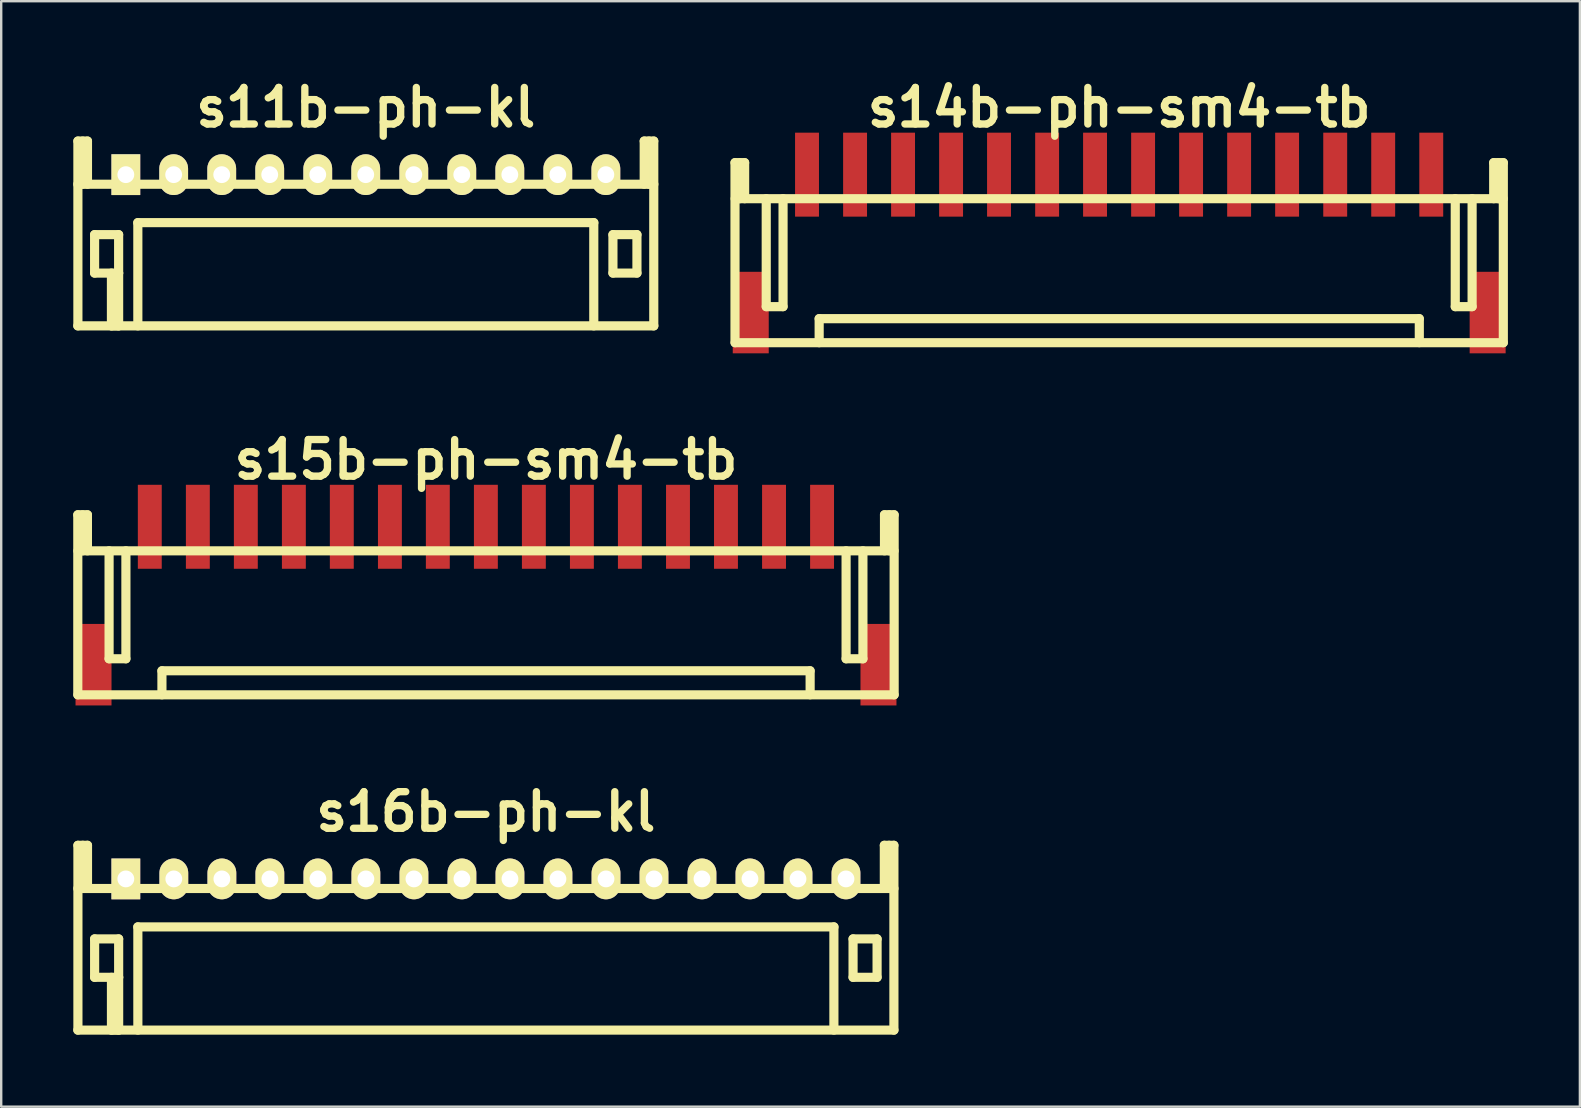
<source format=kicad_pcb>
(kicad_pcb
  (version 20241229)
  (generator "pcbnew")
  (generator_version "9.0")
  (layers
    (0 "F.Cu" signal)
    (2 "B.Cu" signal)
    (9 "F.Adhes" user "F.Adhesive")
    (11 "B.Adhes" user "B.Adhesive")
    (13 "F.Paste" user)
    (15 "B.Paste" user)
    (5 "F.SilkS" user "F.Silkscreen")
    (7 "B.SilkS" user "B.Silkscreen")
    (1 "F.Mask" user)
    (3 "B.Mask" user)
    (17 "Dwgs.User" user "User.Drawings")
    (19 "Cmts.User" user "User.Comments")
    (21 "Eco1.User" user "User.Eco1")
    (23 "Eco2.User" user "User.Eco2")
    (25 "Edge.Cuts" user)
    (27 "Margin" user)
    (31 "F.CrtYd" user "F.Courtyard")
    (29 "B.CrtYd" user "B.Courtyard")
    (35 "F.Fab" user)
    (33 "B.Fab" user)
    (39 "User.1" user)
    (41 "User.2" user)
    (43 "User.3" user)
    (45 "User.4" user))
  (footprint "s14b-ph-sm4-tb"
    (layer "F.Cu")
    (at 43.574 4.226)
    (property "Reference" "s14b-ph-sm4-tb" (at 0 -2.799 0) (layer "F.SilkS") (effects (font (size 1.524 1.524) (thickness 0.305))))
    (attr smd)
    (fp_line (start -16.005 7) (end -16.005 -0.5) (stroke (width 0.381) (type solid)) (layer "F.SilkS"))
    (fp_line (start -15.999 7) (end 15.999 7) (stroke (width 0.381) (type solid)) (layer "F.SilkS"))
    (fp_line (start -15.804 -0.5) (end -15.804 1.001) (stroke (width 0.381) (type solid)) (layer "F.SilkS"))
    (fp_line (start -15.603 -0.5) (end -16.005 -0.5) (stroke (width 0.381) (type solid)) (layer "F.SilkS"))
    (fp_line (start -15.603 1.001) (end -15.603 -0.5) (stroke (width 0.381) (type solid)) (layer "F.SilkS"))
    (fp_line (start -14.704 5.499) (end -14.704 1.001) (stroke (width 0.381) (type solid)) (layer "F.SilkS"))
    (fp_line (start -14.003 1.001) (end -14.003 5.499) (stroke (width 0.381) (type solid)) (layer "F.SilkS"))
    (fp_line (start -14.003 5.499) (end -14.704 5.499) (stroke (width 0.381) (type solid)) (layer "F.SilkS"))
    (fp_line (start -12.499 7) (end -12.499 5.999) (stroke (width 0.381) (type solid)) (layer "F.SilkS"))
    (fp_line (start 12.499 5.999) (end -12.499 5.999) (stroke (width 0.381) (type solid)) (layer "F.SilkS"))
    (fp_line (start 12.502 5.999) (end 12.502 6.998) (stroke (width 0.381) (type solid)) (layer "F.SilkS"))
    (fp_line (start 14 1.001) (end 14 5.499) (stroke (width 0.381) (type solid)) (layer "F.SilkS"))
    (fp_line (start 14 5.499) (end 14.702 5.499) (stroke (width 0.381) (type solid)) (layer "F.SilkS"))
    (fp_line (start 14.702 5.499) (end 14.702 1.001) (stroke (width 0.381) (type solid)) (layer "F.SilkS"))
    (fp_line (start 15.601 -0.5) (end 15.601 1.001) (stroke (width 0.381) (type solid)) (layer "F.SilkS"))
    (fp_line (start 15.801 1.001) (end 15.801 -0.5) (stroke (width 0.381) (type solid)) (layer "F.SilkS"))
    (fp_line (start 15.999 1.001) (end -15.999 1.001) (stroke (width 0.381) (type solid)) (layer "F.SilkS"))
    (fp_line (start 16.002 -0.5) (end 15.601 -0.5) (stroke (width 0.381) (type solid)) (layer "F.SilkS"))
    (fp_line (start 16.002 -0.5) (end 16.002 7) (stroke (width 0.381) (type solid)) (layer "F.SilkS"))
    (pad "" smd rect (at -15.349 5.745) (size 1.499 3.396) (layers "F.Cu" "F.Mask" "F.Paste"))
    (pad "" smd rect (at 15.349 5.745) (size 1.499 3.396) (layers "F.Cu" "F.Mask" "F.Paste"))
    (pad "1" smd rect (at -13.005 0) (size 0.996 3.498) (layers "F.Cu" "F.Mask" "F.Paste"))
    (pad "2" smd rect (at -11.003 0) (size 0.996 3.498) (layers "F.Cu" "F.Mask" "F.Paste"))
    (pad "3" smd rect (at -9.004 0) (size 0.996 3.498) (layers "F.Cu" "F.Mask" "F.Paste"))
    (pad "4" smd rect (at -7.003 0) (size 0.996 3.498) (layers "F.Cu" "F.Mask" "F.Paste"))
    (pad "5" smd rect (at -5.006 0) (size 0.996 3.498) (layers "F.Cu" "F.Mask" "F.Paste"))
    (pad "6" smd rect (at -3.002 0) (size 0.996 3.498) (layers "F.Cu" "F.Mask" "F.Paste"))
    (pad "7" smd rect (at -1.006 0) (size 0.996 3.498) (layers "F.Cu" "F.Mask" "F.Paste"))
    (pad "8" smd rect (at 0.996 0) (size 0.996 3.498) (layers "F.Cu" "F.Mask" "F.Paste"))
    (pad "9" smd rect (at 2.995 0) (size 0.996 3.498) (layers "F.Cu" "F.Mask" "F.Paste"))
    (pad "10" smd rect (at 4.996 0) (size 0.996 3.498) (layers "F.Cu" "F.Mask" "F.Paste"))
    (pad "11" smd rect (at 6.995 0) (size 0.996 3.498) (layers "F.Cu" "F.Mask" "F.Paste"))
    (pad "12" smd rect (at 8.999 0) (size 0.996 3.498) (layers "F.Cu" "F.Mask" "F.Paste"))
    (pad "13" smd rect (at 10.998 0) (size 0.996 3.498) (layers "F.Cu" "F.Mask" "F.Paste"))
    (pad "14" smd rect (at 13 0) (size 0.996 3.498) (layers "F.Cu" "F.Mask" "F.Paste")))
  (footprint "s15b-ph-sm4-tb"
    (layer "F.Cu")
    (at 17.196 18.895)
    (property "Reference" "s15b-ph-sm4-tb" (at 0 -2.799 0) (layer "F.SilkS") (effects (font (size 1.524 1.524) (thickness 0.305))))
    (attr smd)
    (fp_line (start -17.005 7) (end -17.005 -0.5) (stroke (width 0.381) (type solid)) (layer "F.SilkS"))
    (fp_line (start -17 7) (end 17 7) (stroke (width 0.381) (type solid)) (layer "F.SilkS"))
    (fp_line (start -16.805 -0.5) (end -16.805 1.001) (stroke (width 0.381) (type solid)) (layer "F.SilkS"))
    (fp_line (start -16.604 -0.5) (end -17.005 -0.5) (stroke (width 0.381) (type solid)) (layer "F.SilkS"))
    (fp_line (start -16.604 1.001) (end -16.604 -0.5) (stroke (width 0.381) (type solid)) (layer "F.SilkS"))
    (fp_line (start -15.702 5.499) (end -15.702 1.001) (stroke (width 0.381) (type solid)) (layer "F.SilkS"))
    (fp_line (start -15.001 1.001) (end -15.001 5.499) (stroke (width 0.381) (type solid)) (layer "F.SilkS"))
    (fp_line (start -15.001 5.499) (end -15.702 5.499) (stroke (width 0.381) (type solid)) (layer "F.SilkS"))
    (fp_line (start -13.5 7) (end -13.5 5.999) (stroke (width 0.381) (type solid)) (layer "F.SilkS"))
    (fp_line (start 13.5 5.999) (end -13.5 5.999) (stroke (width 0.381) (type solid)) (layer "F.SilkS"))
    (fp_line (start 13.503 5.999) (end 13.503 6.998) (stroke (width 0.381) (type solid)) (layer "F.SilkS"))
    (fp_line (start 15.001 1.001) (end 15.001 5.499) (stroke (width 0.381) (type solid)) (layer "F.SilkS"))
    (fp_line (start 15.001 5.499) (end 15.702 5.499) (stroke (width 0.381) (type solid)) (layer "F.SilkS"))
    (fp_line (start 15.702 5.499) (end 15.702 1.001) (stroke (width 0.381) (type solid)) (layer "F.SilkS"))
    (fp_line (start 16.601 -0.5) (end 16.601 1.001) (stroke (width 0.381) (type solid)) (layer "F.SilkS"))
    (fp_line (start 16.802 1.001) (end 16.802 -0.5) (stroke (width 0.381) (type solid)) (layer "F.SilkS"))
    (fp_line (start 17 1.001) (end -17 1.001) (stroke (width 0.381) (type solid)) (layer "F.SilkS"))
    (fp_line (start 17.003 -0.5) (end 16.601 -0.5) (stroke (width 0.381) (type solid)) (layer "F.SilkS"))
    (fp_line (start 17.003 -0.5) (end 17.003 7) (stroke (width 0.381) (type solid)) (layer "F.SilkS"))
    (pad "" smd rect (at -16.35 5.745) (size 1.499 3.396) (layers "F.Cu" "F.Mask" "F.Paste"))
    (pad "" smd rect (at 16.35 5.745) (size 1.499 3.396) (layers "F.Cu" "F.Mask" "F.Paste"))
    (pad "1" smd rect (at -14.006 0) (size 0.996 3.498) (layers "F.Cu" "F.Mask" "F.Paste"))
    (pad "2" smd rect (at -12.004 0) (size 0.996 3.498) (layers "F.Cu" "F.Mask" "F.Paste"))
    (pad "3" smd rect (at -10.005 0) (size 0.996 3.498) (layers "F.Cu" "F.Mask" "F.Paste"))
    (pad "4" smd rect (at -8.004 0) (size 0.996 3.498) (layers "F.Cu" "F.Mask" "F.Paste"))
    (pad "5" smd rect (at -6.007 0) (size 0.996 3.498) (layers "F.Cu" "F.Mask" "F.Paste"))
    (pad "6" smd rect (at -4.003 0) (size 0.996 3.498) (layers "F.Cu" "F.Mask" "F.Paste"))
    (pad "7" smd rect (at -2.007 0) (size 0.996 3.498) (layers "F.Cu" "F.Mask" "F.Paste"))
    (pad "8" smd rect (at -0.005 0) (size 0.996 3.498) (layers "F.Cu" "F.Mask" "F.Paste"))
    (pad "9" smd rect (at 1.994 0) (size 0.996 3.498) (layers "F.Cu" "F.Mask" "F.Paste"))
    (pad "10" smd rect (at 3.995 0) (size 0.996 3.498) (layers "F.Cu" "F.Mask" "F.Paste"))
    (pad "11" smd rect (at 5.994 0) (size 0.996 3.498) (layers "F.Cu" "F.Mask" "F.Paste"))
    (pad "12" smd rect (at 7.998 0) (size 0.996 3.498) (layers "F.Cu" "F.Mask" "F.Paste"))
    (pad "13" smd rect (at 9.997 0) (size 0.996 3.498) (layers "F.Cu" "F.Mask" "F.Paste"))
    (pad "14" smd rect (at 11.999 0) (size 0.996 3.498) (layers "F.Cu" "F.Mask" "F.Paste"))
    (pad "15" smd rect (at 14 0) (size 0.996 3.498) (layers "F.Cu" "F.Mask" "F.Paste")))
  (footprint "s16b-ph-kl"
    (layer "F.Cu")
    (at 17.191 33.564)
    (property "Reference" "s16b-ph-kl" (at 0 -2.799 0) (layer "F.SilkS") (effects (font (size 1.524 1.524) (thickness 0.305))))
    (attr through_hole)
    (fp_line (start -16.995 -1.4) (end -16.995 6.299) (stroke (width 0.381) (type solid)) (layer "F.SilkS"))
    (fp_line (start -16.794 -1.4) (end -16.794 0.399) (stroke (width 0.381) (type solid)) (layer "F.SilkS"))
    (fp_line (start -16.596 -1.4) (end -16.995 -1.4) (stroke (width 0.381) (type solid)) (layer "F.SilkS"))
    (fp_line (start -16.596 0.399) (end -16.596 -1.4) (stroke (width 0.381) (type solid)) (layer "F.SilkS"))
    (fp_line (start -16.299 2.499) (end -15.298 2.499) (stroke (width 0.381) (type solid)) (layer "F.SilkS"))
    (fp_line (start -16.299 4.1) (end -16.299 2.499) (stroke (width 0.381) (type solid)) (layer "F.SilkS"))
    (fp_line (start -15.598 6.299) (end -15.598 4.1) (stroke (width 0.381) (type solid)) (layer "F.SilkS"))
    (fp_line (start -15.298 2.499) (end -15.298 4.1) (stroke (width 0.381) (type solid)) (layer "F.SilkS"))
    (fp_line (start -15.298 4.1) (end -16.299 4.1) (stroke (width 0.381) (type solid)) (layer "F.SilkS"))
    (fp_line (start -15.298 4.1) (end -15.298 6.299) (stroke (width 0.381) (type solid)) (layer "F.SilkS"))
    (fp_line (start -15.298 6.299) (end -15.598 6.299) (stroke (width 0.381) (type solid)) (layer "F.SilkS"))
    (fp_line (start -14.501 1.999) (end 14.501 1.999) (stroke (width 0.381) (type solid)) (layer "F.SilkS"))
    (fp_line (start -14.498 1.999) (end -14.498 6.299) (stroke (width 0.381) (type solid)) (layer "F.SilkS"))
    (fp_line (start 14.498 1.999) (end 14.498 6.299) (stroke (width 0.381) (type solid)) (layer "F.SilkS"))
    (fp_line (start 15.296 2.499) (end 16.297 2.499) (stroke (width 0.381) (type solid)) (layer "F.SilkS"))
    (fp_line (start 15.296 4.1) (end 15.296 2.499) (stroke (width 0.381) (type solid)) (layer "F.SilkS"))
    (fp_line (start 16.297 2.499) (end 16.297 4.1) (stroke (width 0.381) (type solid)) (layer "F.SilkS"))
    (fp_line (start 16.297 4.1) (end 15.296 4.1) (stroke (width 0.381) (type solid)) (layer "F.SilkS"))
    (fp_line (start 16.599 -1.4) (end 16.599 0.399) (stroke (width 0.381) (type solid)) (layer "F.SilkS"))
    (fp_line (start 16.797 -1.4) (end 16.797 0.399) (stroke (width 0.381) (type solid)) (layer "F.SilkS"))
    (fp_line (start 16.998 -1.4) (end 16.599 -1.4) (stroke (width 0.381) (type solid)) (layer "F.SilkS"))
    (fp_line (start 16.998 6.299) (end 16.998 -1.4) (stroke (width 0.381) (type solid)) (layer "F.SilkS"))
    (fp_line (start 17 0.399) (end -17 0.399) (stroke (width 0.381) (type solid)) (layer "F.SilkS"))
    (fp_line (start 17 6.299) (end -17 6.299) (stroke (width 0.381) (type solid)) (layer "F.SilkS"))
    (pad "1" thru_hole rect (at -14.999 0) (size 1.199 1.699) (drill 0.701) (layers "*.Cu" "*.Mask" "F.SilkS"))
    (pad "2" thru_hole oval (at -13 0) (size 1.199 1.699) (drill 0.701) (layers "*.Cu" "*.Mask" "F.SilkS"))
    (pad "3" thru_hole oval (at -10.998 0) (size 1.199 1.699) (drill 0.701) (layers "*.Cu" "*.Mask" "F.SilkS"))
    (pad "4" thru_hole oval (at -8.999 0) (size 1.199 1.699) (drill 0.701) (layers "*.Cu" "*.Mask" "F.SilkS"))
    (pad "5" thru_hole oval (at -6.998 0) (size 1.199 1.699) (drill 0.701) (layers "*.Cu" "*.Mask" "F.SilkS"))
    (pad "6" thru_hole oval (at -4.999 0) (size 1.199 1.699) (drill 0.701) (layers "*.Cu" "*.Mask" "F.SilkS"))
    (pad "7" thru_hole oval (at -2.997 0) (size 1.199 1.699) (drill 0.701) (layers "*.Cu" "*.Mask" "F.SilkS"))
    (pad "8" thru_hole oval (at -0.998 0) (size 1.199 1.699) (drill 0.701) (layers "*.Cu" "*.Mask" "F.SilkS"))
    (pad "9" thru_hole oval (at 1.003 0) (size 1.199 1.699) (drill 0.701) (layers "*.Cu" "*.Mask" "F.SilkS"))
    (pad "10" thru_hole oval (at 3.002 0) (size 1.199 1.699) (drill 0.701) (layers "*.Cu" "*.Mask" "F.SilkS"))
    (pad "11" thru_hole oval (at 5.004 0) (size 1.199 1.699) (drill 0.701) (layers "*.Cu" "*.Mask" "F.SilkS"))
    (pad "12" thru_hole oval (at 7.003 0) (size 1.199 1.699) (drill 0.701) (layers "*.Cu" "*.Mask" "F.SilkS"))
    (pad "13" thru_hole oval (at 9.002 0) (size 1.199 1.699) (drill 0.701) (layers "*.Cu" "*.Mask" "F.SilkS"))
    (pad "14" thru_hole oval (at 11.001 0) (size 1.199 1.699) (drill 0.701) (layers "*.Cu" "*.Mask" "F.SilkS"))
    (pad "15" thru_hole oval (at 13.002 0) (size 1.199 1.699) (drill 0.701) (layers "*.Cu" "*.Mask" "F.SilkS"))
    (pad "16" thru_hole oval (at 15.001 0) (size 1.199 1.699) (drill 0.701) (layers "*.Cu" "*.Mask" "F.SilkS")))
  (footprint "s11b-ph-kl"
    (layer "F.Cu")
    (at 12.189 4.226)
    (property "Reference" "s11b-ph-kl" (at 0 -2.799 0) (layer "F.SilkS") (effects (font (size 1.524 1.524) (thickness 0.305))))
    (attr through_hole)
    (fp_line (start -11.999 6.299) (end 11.999 6.299) (stroke (width 0.381) (type solid)) (layer "F.SilkS"))
    (fp_line (start -11.994 -1.4) (end -11.994 6.299) (stroke (width 0.381) (type solid)) (layer "F.SilkS"))
    (fp_line (start -11.793 -1.4) (end -11.793 0.399) (stroke (width 0.381) (type solid)) (layer "F.SilkS"))
    (fp_line (start -11.595 -1.4) (end -11.994 -1.4) (stroke (width 0.381) (type solid)) (layer "F.SilkS"))
    (fp_line (start -11.595 0.399) (end -11.595 -1.4) (stroke (width 0.381) (type solid)) (layer "F.SilkS"))
    (fp_line (start -11.298 2.499) (end -10.297 2.499) (stroke (width 0.381) (type solid)) (layer "F.SilkS"))
    (fp_line (start -11.298 4.1) (end -11.298 2.499) (stroke (width 0.381) (type solid)) (layer "F.SilkS"))
    (fp_line (start -10.597 6.299) (end -10.597 4.1) (stroke (width 0.381) (type solid)) (layer "F.SilkS"))
    (fp_line (start -10.297 2.499) (end -10.297 4.1) (stroke (width 0.381) (type solid)) (layer "F.SilkS"))
    (fp_line (start -10.297 4.1) (end -11.298 4.1) (stroke (width 0.381) (type solid)) (layer "F.SilkS"))
    (fp_line (start -10.297 4.1) (end -10.297 6.299) (stroke (width 0.381) (type solid)) (layer "F.SilkS"))
    (fp_line (start -10.297 6.299) (end -10.597 6.299) (stroke (width 0.381) (type solid)) (layer "F.SilkS"))
    (fp_line (start -9.5 1.999) (end 9.5 1.999) (stroke (width 0.381) (type solid)) (layer "F.SilkS"))
    (fp_line (start -9.497 1.999) (end -9.497 6.299) (stroke (width 0.381) (type solid)) (layer "F.SilkS"))
    (fp_line (start 9.497 1.999) (end 9.497 6.299) (stroke (width 0.381) (type solid)) (layer "F.SilkS"))
    (fp_line (start 10.295 2.499) (end 11.295 2.499) (stroke (width 0.381) (type solid)) (layer "F.SilkS"))
    (fp_line (start 10.295 4.1) (end 10.295 2.499) (stroke (width 0.381) (type solid)) (layer "F.SilkS"))
    (fp_line (start 11.295 2.499) (end 11.295 4.1) (stroke (width 0.381) (type solid)) (layer "F.SilkS"))
    (fp_line (start 11.295 4.1) (end 10.295 4.1) (stroke (width 0.381) (type solid)) (layer "F.SilkS"))
    (fp_line (start 11.598 -1.4) (end 11.598 0.399) (stroke (width 0.381) (type solid)) (layer "F.SilkS"))
    (fp_line (start 11.796 -1.4) (end 11.796 0.399) (stroke (width 0.381) (type solid)) (layer "F.SilkS"))
    (fp_line (start 11.996 -1.4) (end 11.598 -1.4) (stroke (width 0.381) (type solid)) (layer "F.SilkS"))
    (fp_line (start 11.996 6.299) (end 11.996 -1.4) (stroke (width 0.381) (type solid)) (layer "F.SilkS"))
    (fp_line (start 11.999 0.399) (end -11.999 0.399) (stroke (width 0.381) (type solid)) (layer "F.SilkS"))
    (pad "1" thru_hole rect (at -9.997 0) (size 1.199 1.699) (drill 0.701) (layers "*.Cu" "*.Mask" "F.SilkS"))
    (pad "2" thru_hole oval (at -8.004 0) (size 1.199 1.699) (drill 0.701) (layers "*.Cu" "*.Mask" "F.SilkS"))
    (pad "3" thru_hole oval (at -6.002 0) (size 1.199 1.699) (drill 0.701) (layers "*.Cu" "*.Mask" "F.SilkS"))
    (pad "4" thru_hole oval (at -4.003 0) (size 1.199 1.699) (drill 0.701) (layers "*.Cu" "*.Mask" "F.SilkS"))
    (pad "5" thru_hole oval (at -2.002 0) (size 1.199 1.699) (drill 0.701) (layers "*.Cu" "*.Mask" "F.SilkS"))
    (pad "6" thru_hole oval (at -0.003 0) (size 1.199 1.699) (drill 0.701) (layers "*.Cu" "*.Mask" "F.SilkS"))
    (pad "7" thru_hole oval (at 1.999 0) (size 1.199 1.699) (drill 0.701) (layers "*.Cu" "*.Mask" "F.SilkS"))
    (pad "8" thru_hole oval (at 3.998 0) (size 1.199 1.699) (drill 0.701) (layers "*.Cu" "*.Mask" "F.SilkS"))
    (pad "9" thru_hole oval (at 5.999 0) (size 1.199 1.699) (drill 0.701) (layers "*.Cu" "*.Mask" "F.SilkS"))
    (pad "10" thru_hole oval (at 7.998 0) (size 1.199 1.699) (drill 0.701) (layers "*.Cu" "*.Mask" "F.SilkS"))
    (pad "11" thru_hole oval (at 10 0) (size 1.199 1.699) (drill 0.701) (layers "*.Cu" "*.Mask" "F.SilkS")))
  (gr_rect
    (start -3 -3)
    (end 62.766 43.053)
    (stroke (width 0.1) (type default))
    (fill no)
    (layer "Edge.Cuts")))
</source>
